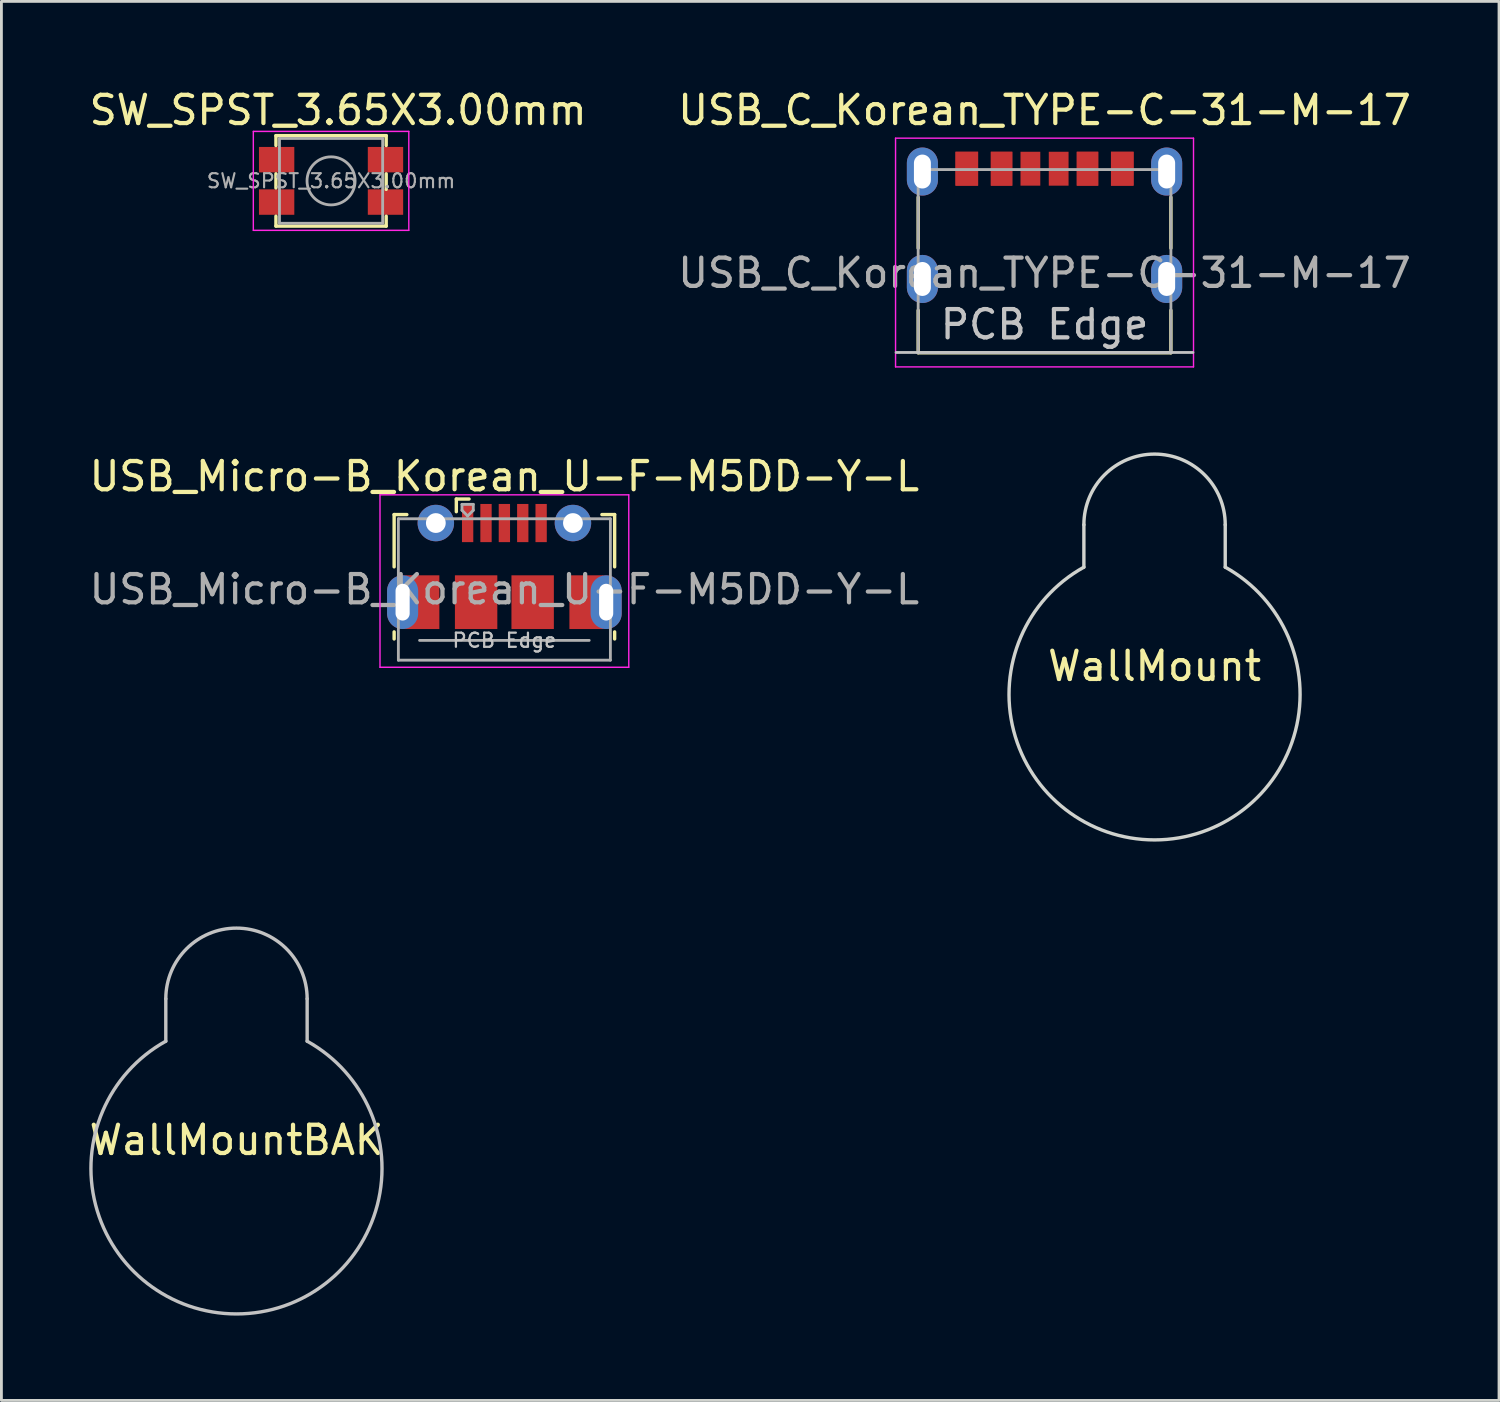
<source format=kicad_pcb>
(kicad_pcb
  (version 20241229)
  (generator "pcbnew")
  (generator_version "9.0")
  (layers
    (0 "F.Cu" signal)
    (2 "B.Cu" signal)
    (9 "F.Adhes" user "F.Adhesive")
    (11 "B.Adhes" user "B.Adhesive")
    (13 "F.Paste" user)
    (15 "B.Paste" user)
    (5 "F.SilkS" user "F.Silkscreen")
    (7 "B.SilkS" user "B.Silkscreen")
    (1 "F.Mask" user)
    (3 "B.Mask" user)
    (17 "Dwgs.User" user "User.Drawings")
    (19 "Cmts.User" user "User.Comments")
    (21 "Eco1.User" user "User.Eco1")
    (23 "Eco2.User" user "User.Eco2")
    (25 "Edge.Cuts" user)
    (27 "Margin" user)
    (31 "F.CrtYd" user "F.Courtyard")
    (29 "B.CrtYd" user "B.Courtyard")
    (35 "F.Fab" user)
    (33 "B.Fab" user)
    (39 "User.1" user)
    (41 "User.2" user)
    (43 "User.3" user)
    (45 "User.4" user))
  (footprint "WallMount"
    (layer "F.Cu")
    (at 37.791 15.513)
    (property "Reference" "WallMount" (at 0 5 0) (layer "F.SilkS") (effects (font (size 1 1) (thickness 0.15))))
    (attr through_hole)
    (fp_line (start -2.5 0) (end -2.5 1.5) (stroke (width 0.12) (type solid)) (layer "Edge.Cuts"))
    (fp_line (start 2.5 0) (end 2.5 1.5) (stroke (width 0.12) (type solid)) (layer "Edge.Cuts"))
    (fp_arc (start -2.5 0) (mid 0 -2.5) (end 2.5 0) (stroke (width 0.12) (type solid)) (layer "Edge.Cuts"))
    (fp_arc (start 2.5 1.500001) (mid 0 11.147814) (end -2.499999 1.500001) (stroke (width 0.12) (type solid)) (layer "Edge.Cuts")))
  (footprint "USB_Micro-B_Korean_U-F-M5DD-Y-L"
    (layer "F.Cu")
    (at 14.792 16.914)
    (property "Reference" "USB_Micro-B_Korean_U-F-M5DD-Y-L" (at 0 -3.112 0) (layer "F.SilkS") (effects (font (size 1 1) (thickness 0.15))))
    (attr smd)
    (fp_line (start -3.9 -1.762) (end -3.45 -1.762) (stroke (width 0.12) (type solid)) (layer "F.SilkS"))
    (fp_line (start -3.9 0.087) (end -3.9 -1.762) (stroke (width 0.12) (type solid)) (layer "F.SilkS"))
    (fp_line (start -3.9 2.638) (end -3.9 2.388) (stroke (width 0.12) (type solid)) (layer "F.SilkS"))
    (fp_line (start -1.7 -2.312) (end -1.7 -1.863) (stroke (width 0.12) (type solid)) (layer "F.SilkS"))
    (fp_line (start -1.7 -2.312) (end -1.25 -2.312) (stroke (width 0.12) (type solid)) (layer "F.SilkS"))
    (fp_line (start 3.9 -1.762) (end 3.45 -1.762) (stroke (width 0.12) (type solid)) (layer "F.SilkS"))
    (fp_line (start 3.9 0.087) (end 3.9 -1.762) (stroke (width 0.12) (type solid)) (layer "F.SilkS"))
    (fp_line (start 3.9 2.638) (end 3.9 2.388) (stroke (width 0.12) (type solid)) (layer "F.SilkS"))
    (fp_line (start -4.4 -2.46) (end 4.4 -2.46) (stroke (width 0.05) (type solid)) (layer "F.CrtYd"))
    (fp_line (start -4.4 3.64) (end -4.4 -2.46) (stroke (width 0.05) (type solid)) (layer "F.CrtYd"))
    (fp_line (start -4.4 3.64) (end 4.4 3.64) (stroke (width 0.05) (type solid)) (layer "F.CrtYd"))
    (fp_line (start 4.4 -2.46) (end 4.4 3.64) (stroke (width 0.05) (type solid)) (layer "F.CrtYd"))
    (fp_line (start -3.75 -1.613) (end 3.75 -1.613) (stroke (width 0.1) (type solid)) (layer "F.Fab"))
    (fp_line (start -3.75 3.388) (end -3.75 -1.613) (stroke (width 0.1) (type solid)) (layer "F.Fab"))
    (fp_line (start -3.75 3.389) (end 3.75 3.389) (stroke (width 0.1) (type solid)) (layer "F.Fab"))
    (fp_line (start -3 2.689) (end 3 2.689) (stroke (width 0.1) (type solid)) (layer "F.Fab"))
    (fp_line (start -1.5 -2.123) (end -1.5 -1.913) (stroke (width 0.1) (type solid)) (layer "F.Fab"))
    (fp_line (start -1.5 -2.123) (end -1.1 -2.123) (stroke (width 0.1) (type solid)) (layer "F.Fab"))
    (fp_line (start -1.3 -1.712) (end -1.5 -1.913) (stroke (width 0.1) (type solid)) (layer "F.Fab"))
    (fp_line (start -1.1 -2.123) (end -1.1 -1.913) (stroke (width 0.1) (type solid)) (layer "F.Fab"))
    (fp_line (start -1.1 -1.913) (end -1.3 -1.712) (stroke (width 0.1) (type solid)) (layer "F.Fab"))
    (fp_line (start 3.75 3.388) (end 3.75 -1.613) (stroke (width 0.1) (type solid)) (layer "F.Fab"))
    (fp_text user "PCB Edge" (at 0 2.688 0) (layer "Dwgs.User") (effects (font (size 0.5 0.5) (thickness 0.08))))
    (fp_text user "${REFERENCE}" (at 0 0.887 0) (layer "F.Fab") (effects (font (size 1 1) (thickness 0.15))))
    (pad "1" smd rect (at -1.3 -1.462) (size 0.4 1.35) (layers "F.Cu" "F.Mask" "F.Paste"))
    (pad "2" smd rect (at -0.65 -1.462) (size 0.4 1.35) (layers "F.Cu" "F.Mask" "F.Paste"))
    (pad "3" smd rect (at 0 -1.462) (size 0.4 1.35) (layers "F.Cu" "F.Mask" "F.Paste"))
    (pad "4" smd rect (at 0.65 -1.462) (size 0.4 1.35) (layers "F.Cu" "F.Mask" "F.Paste"))
    (pad "5" smd rect (at 1.3 -1.462) (size 0.4 1.35) (layers "F.Cu" "F.Mask" "F.Paste"))
    (pad "6" thru_hole oval (at -3.6 1.337 180) (size 1.1 1.9) (drill oval 0.5 1.3) (layers "*.Cu" "*.Mask"))
    (pad "6" smd rect (at -2.9 1.337) (size 1.2 1.9) (layers "F.Cu" "F.Mask"))
    (pad "6" thru_hole circle (at -2.425 -1.462) (size 1.29 1.29) (drill 0.7) (layers "*.Cu" "*.Mask"))
    (pad "6" smd rect (at -1 1.337) (size 1.5 1.9) (layers "F.Cu" "F.Mask" "F.Paste"))
    (pad "6" smd rect (at 1 1.337) (size 1.5 1.9) (layers "F.Cu" "F.Mask" "F.Paste"))
    (pad "6" thru_hole circle (at 2.425 -1.462) (size 1.29 1.29) (drill 0.7) (layers "*.Cu" "*.Mask"))
    (pad "6" smd rect (at 2.9 1.337) (size 1.2 1.9) (layers "F.Cu" "F.Mask"))
    (pad "6" thru_hole oval (at 3.6 1.337) (size 1.1 1.9) (drill oval 0.5 1.3) (layers "*.Cu" "*.Mask")))
  (footprint "USB_C_Korean_TYPE-C-31-M-17"
    (layer "F.Cu")
    (at 33.899 5.428)
    (property "Reference" "USB_C_Korean_TYPE-C-31-M-17" (at 0 -4.58 0) (layer "F.SilkS") (effects (font (size 1 1) (thickness 0.15))))
    (attr smd)
    (fp_line (start -4.47 -1.5) (end -4.47 0.3) (stroke (width 0.12) (type solid)) (layer "F.SilkS"))
    (fp_line (start -4.47 4) (end -4.47 2.5) (stroke (width 0.12) (type solid)) (layer "F.SilkS"))
    (fp_line (start 4.47 -1.5) (end 4.47 0.3) (stroke (width 0.12) (type solid)) (layer "F.SilkS"))
    (fp_line (start 4.47 4) (end -4.47 4) (stroke (width 0.12) (type solid)) (layer "F.SilkS"))
    (fp_line (start 4.47 4) (end 4.47 2.5) (stroke (width 0.12) (type solid)) (layer "F.SilkS"))
    (fp_line (start -5.25 3.99) (end 5.25 3.99) (stroke (width 0.1) (type solid)) (layer "Dwgs.User"))
    (fp_line (start -5.27 -3.59) (end -5.27 4.5) (stroke (width 0.05) (type solid)) (layer "F.CrtYd"))
    (fp_line (start -5.27 4.5) (end 5.27 4.5) (stroke (width 0.05) (type solid)) (layer "F.CrtYd"))
    (fp_line (start 5.27 -3.59) (end -5.27 -3.59) (stroke (width 0.05) (type solid)) (layer "F.CrtYd"))
    (fp_line (start 5.27 4.5) (end 5.27 -3.59) (stroke (width 0.05) (type solid)) (layer "F.CrtYd"))
    (fp_line (start -4.47 -2.48) (end -4.47 4) (stroke (width 0.1) (type solid)) (layer "F.Fab"))
    (fp_line (start -4.47 -2.48) (end 4.47 -2.48) (stroke (width 0.1) (type solid)) (layer "F.Fab"))
    (fp_line (start 4.47 -2.48) (end 4.47 4) (stroke (width 0.1) (type solid)) (layer "F.Fab"))
    (fp_line (start 4.47 4) (end -4.47 4) (stroke (width 0.1) (type solid)) (layer "F.Fab"))
    (fp_text user "PCB Edge" (at 0 3 0) (layer "Dwgs.User") (effects (font (size 1 1) (thickness 0.15))))
    (fp_text user "${REFERENCE}" (at 0 1.18 0) (layer "F.Fab") (effects (font (size 1 1) (thickness 0.15))))
    (pad "A1" smd rect (at -2.75 -2.51) (size 0.8 1.2) (layers "F.Cu" "F.Mask" "F.Paste"))
    (pad "A4" smd rect (at -1.52 -2.51) (size 0.76 1.2) (layers "F.Cu" "F.Mask" "F.Paste"))
    (pad "A5" smd rect (at -0.5 -2.51 180) (size 0.7 1.2) (layers "F.Cu" "F.Mask" "F.Paste"))
    (pad "A9" smd rect (at 1.52 -2.51) (size 0.76 1.2) (layers "F.Cu" "F.Mask" "F.Paste"))
    (pad "A12" smd rect (at 2.75 -2.51) (size 0.8 1.2) (layers "F.Cu" "F.Mask" "F.Paste"))
    (pad "B1" smd rect (at 2.75 -2.51) (size 0.8 1.2) (layers "F.Cu" "F.Mask" "F.Paste"))
    (pad "B4" smd rect (at 1.52 -2.51) (size 0.76 1.2) (layers "F.Cu" "F.Mask" "F.Paste"))
    (pad "B5" smd rect (at 0.5 -2.51 180) (size 0.7 1.2) (layers "F.Cu" "F.Mask" "F.Paste"))
    (pad "B9" smd rect (at -1.52 -2.51) (size 0.76 1.2) (layers "F.Cu" "F.Mask" "F.Paste"))
    (pad "B12" smd rect (at -2.75 -2.51) (size 0.8 1.2) (layers "F.Cu" "F.Mask" "F.Paste"))
    (pad "S1" thru_hole oval (at -4.32 -2.41 90) (size 1.7 1.1) (drill oval 1.2 0.6) (layers "*.Cu" "*.Mask"))
    (pad "S1" thru_hole oval (at -4.32 1.39 90) (size 1.7 1.1) (drill oval 1.2 0.6) (layers "*.Cu" "*.Mask"))
    (pad "S1" thru_hole oval (at 4.32 -2.41 90) (size 1.7 1.1) (drill oval 1.2 0.6) (layers "*.Cu" "*.Mask"))
    (pad "S1" thru_hole oval (at 4.32 1.39 90) (size 1.7 1.1) (drill oval 1.2 0.6) (layers "*.Cu" "*.Mask")))
  (footprint "SW_SPST_3.65X3.00mm"
    (layer "F.Cu")
    (at 8.661 3.348)
    (property "Reference" "SW_SPST_3.65X3.00mm" (at 0.25 -2.5 0) (layer "F.SilkS") (effects (font (size 1 1) (thickness 0.15))))
    (attr smd)
    (fp_line (start -1.95 -1.6) (end -1.95 -1.25) (stroke (width 0.12) (type solid)) (layer "F.SilkS"))
    (fp_line (start -1.95 -1.6) (end 1.95 -1.6) (stroke (width 0.12) (type solid)) (layer "F.SilkS"))
    (fp_line (start -1.95 0.25) (end -1.95 -0.25) (stroke (width 0.12) (type solid)) (layer "F.SilkS"))
    (fp_line (start -1.95 1.6) (end -1.95 1.25) (stroke (width 0.12) (type solid)) (layer "F.SilkS"))
    (fp_line (start -1.95 1.6) (end 1.95 1.6) (stroke (width 0.12) (type solid)) (layer "F.SilkS"))
    (fp_line (start 1.95 -1.6) (end 1.95 -1.25) (stroke (width 0.12) (type solid)) (layer "F.SilkS"))
    (fp_line (start 1.95 0.3) (end 1.95 -0.25) (stroke (width 0.12) (type solid)) (layer "F.SilkS"))
    (fp_line (start 1.95 1.6) (end 1.95 1.25) (stroke (width 0.12) (type solid)) (layer "F.SilkS"))
    (fp_line (start -2.75 -1.75) (end 2.75 -1.75) (stroke (width 0.05) (type solid)) (layer "F.CrtYd"))
    (fp_line (start -2.75 1.75) (end -2.75 -1.75) (stroke (width 0.05) (type solid)) (layer "F.CrtYd"))
    (fp_line (start 2.75 -1.75) (end 2.75 1.75) (stroke (width 0.05) (type solid)) (layer "F.CrtYd"))
    (fp_line (start 2.75 1.75) (end -2.75 1.75) (stroke (width 0.05) (type solid)) (layer "F.CrtYd"))
    (fp_line (start -1.825 -1.5) (end 1.825 -1.5) (stroke (width 0.1) (type solid)) (layer "F.Fab"))
    (fp_line (start -1.825 1.5) (end -1.825 -1.5) (stroke (width 0.1) (type solid)) (layer "F.Fab"))
    (fp_line (start 1.825 -1.5) (end 1.825 1.5) (stroke (width 0.1) (type solid)) (layer "F.Fab"))
    (fp_line (start 1.825 1.5) (end -1.825 1.5) (stroke (width 0.1) (type solid)) (layer "F.Fab"))
    (fp_circle (center 0 0) (end 0.85 0) (stroke (width 0.1) (type solid)) (fill no) (layer "F.Fab"))
    (fp_text user "${REFERENCE}" (at 0 0 0) (layer "F.Fab") (effects (font (size 0.5 0.5) (thickness 0.075))))
    (pad "1" smd rect (at -1.925 -0.75) (size 1.25 0.9) (layers "F.Cu" "F.Mask" "F.Paste"))
    (pad "1" smd rect (at 1.925 -0.75) (size 1.25 0.9) (layers "F.Cu" "F.Mask" "F.Paste"))
    (pad "2" smd rect (at -1.925 0.75) (size 1.25 0.9) (layers "F.Cu" "F.Mask" "F.Paste"))
    (pad "2" smd rect (at 1.925 0.75) (size 1.25 0.9) (layers "F.Cu" "F.Mask" "F.Paste")))
  (footprint "WallMountBAK"
    (layer "F.Cu")
    (at 5.315 32.281)
    (property "Reference" "WallMountBAK" (at 0 5 0) (layer "F.SilkS") (effects (font (size 1 1) (thickness 0.15))))
    (attr through_hole)
    (fp_line (start -2.5 0) (end -2.5 1.5) (stroke (width 0.12) (type solid)) (layer "Dwgs.User"))
    (fp_line (start 2.5 0) (end 2.5 1.5) (stroke (width 0.12) (type solid)) (layer "Dwgs.User"))
    (fp_arc (start -2.5 0) (mid 0 -2.5) (end 2.5 0) (stroke (width 0.12) (type solid)) (layer "Dwgs.User"))
    (fp_arc (start 2.5 1.500001) (mid 0 11.147814) (end -2.499999 1.500001) (stroke (width 0.12) (type solid)) (layer "Dwgs.User")))
  (gr_rect
    (start -3 -3)
    (end 49.976 46.489)
    (stroke (width 0.1) (type default))
    (fill no)
    (layer "Edge.Cuts")))
</source>
